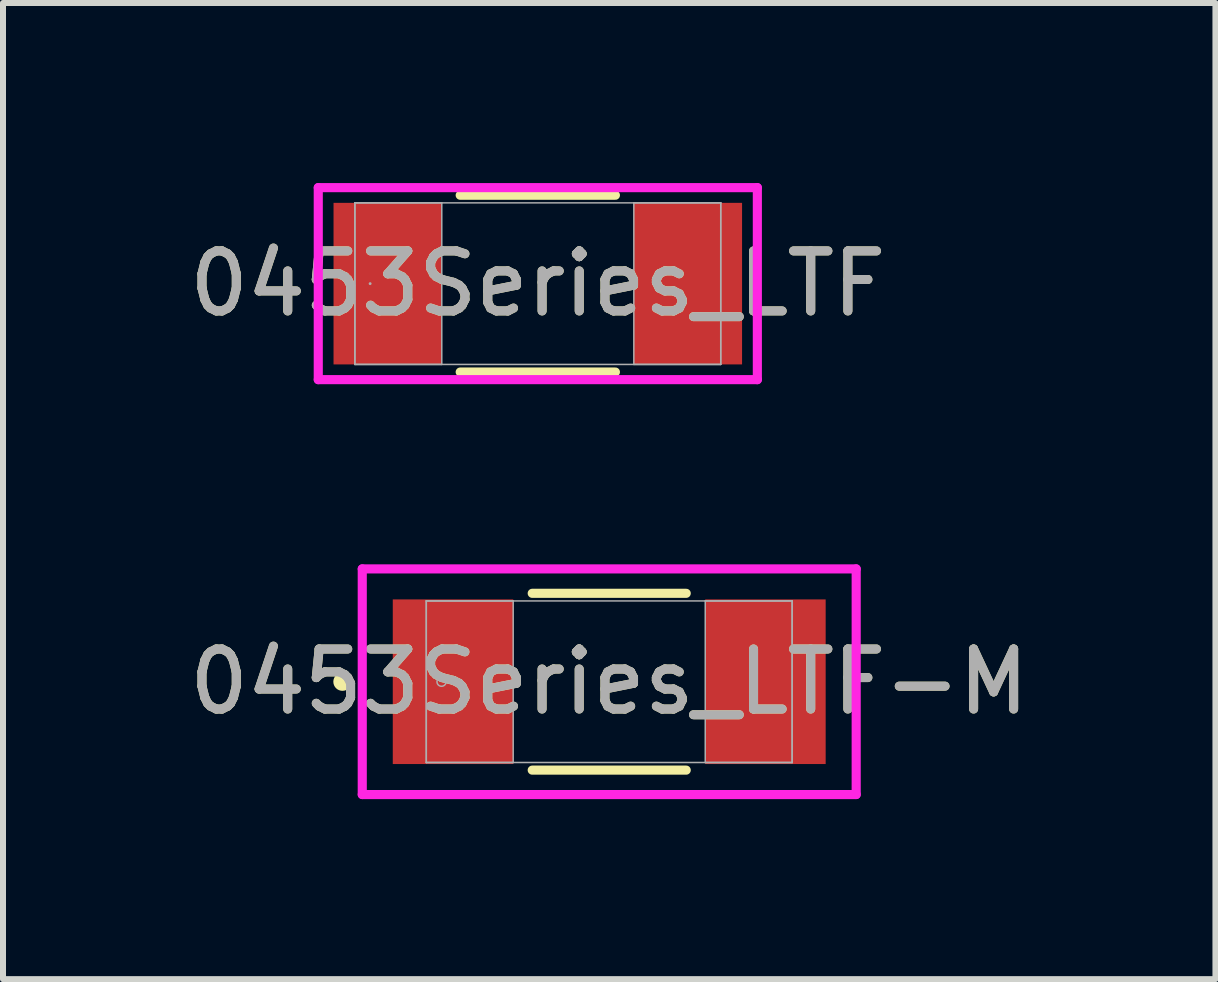
<source format=kicad_pcb>
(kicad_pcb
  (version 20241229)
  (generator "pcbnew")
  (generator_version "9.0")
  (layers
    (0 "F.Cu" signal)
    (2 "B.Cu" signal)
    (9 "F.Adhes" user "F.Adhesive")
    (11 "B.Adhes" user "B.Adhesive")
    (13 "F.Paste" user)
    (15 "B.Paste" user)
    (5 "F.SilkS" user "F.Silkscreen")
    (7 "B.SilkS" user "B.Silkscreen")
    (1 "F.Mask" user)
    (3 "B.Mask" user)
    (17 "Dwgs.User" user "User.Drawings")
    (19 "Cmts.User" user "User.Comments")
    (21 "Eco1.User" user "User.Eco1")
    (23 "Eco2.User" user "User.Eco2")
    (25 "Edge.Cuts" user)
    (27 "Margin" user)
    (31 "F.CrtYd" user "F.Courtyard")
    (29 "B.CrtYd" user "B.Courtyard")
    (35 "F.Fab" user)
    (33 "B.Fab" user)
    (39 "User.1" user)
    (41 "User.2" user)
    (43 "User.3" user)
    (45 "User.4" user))
  (footprint "0453Series_LTF"
    (layer "F.Cu")
    (at 5.911 1.676)
    (property "Reference" "0453Series_LTF" (at 0 0 0) (unlocked yes) (layer "F.SilkS") (effects (font (size 1 1) (thickness 0.15))))
    (attr smd)
    (fp_line (start -1.293 1.473) (end 1.293 1.473) (stroke (width 0.152) (type solid)) (layer "F.SilkS"))
    (fp_line (start 1.293 -1.473) (end -1.293 -1.473) (stroke (width 0.152) (type solid)) (layer "F.SilkS"))
    (fp_line (start -3.658 -1.6) (end 3.658 -1.6) (stroke (width 0.152) (type solid)) (layer "F.CrtYd"))
    (fp_line (start -3.658 1.6) (end -3.658 -1.6) (stroke (width 0.152) (type solid)) (layer "F.CrtYd"))
    (fp_line (start 3.658 -1.6) (end 3.658 1.6) (stroke (width 0.152) (type solid)) (layer "F.CrtYd"))
    (fp_line (start 3.658 1.6) (end -3.658 1.6) (stroke (width 0.152) (type solid)) (layer "F.CrtYd"))
    (fp_line (start -3.048 -1.346) (end -3.048 1.346) (stroke (width 0.025) (type solid)) (layer "F.Fab"))
    (fp_line (start -3.048 -1.346) (end -3.048 1.346) (stroke (width 0.025) (type solid)) (layer "F.Fab"))
    (fp_line (start -3.048 1.346) (end -1.6 1.346) (stroke (width 0.025) (type solid)) (layer "F.Fab"))
    (fp_line (start -3.048 1.346) (end 3.048 1.346) (stroke (width 0.025) (type solid)) (layer "F.Fab"))
    (fp_line (start -1.6 -1.346) (end -3.048 -1.346) (stroke (width 0.025) (type solid)) (layer "F.Fab"))
    (fp_line (start -1.6 1.346) (end -1.6 -1.346) (stroke (width 0.025) (type solid)) (layer "F.Fab"))
    (fp_line (start 1.6 -1.346) (end 1.6 1.346) (stroke (width 0.025) (type solid)) (layer "F.Fab"))
    (fp_line (start 1.6 1.346) (end 3.048 1.346) (stroke (width 0.025) (type solid)) (layer "F.Fab"))
    (fp_line (start 3.048 -1.346) (end -3.048 -1.346) (stroke (width 0.025) (type solid)) (layer "F.Fab"))
    (fp_line (start 3.048 -1.346) (end 1.6 -1.346) (stroke (width 0.025) (type solid)) (layer "F.Fab"))
    (fp_line (start 3.048 1.346) (end 3.048 -1.346) (stroke (width 0.025) (type solid)) (layer "F.Fab"))
    (fp_line (start 3.048 1.346) (end 3.048 -1.346) (stroke (width 0.025) (type solid)) (layer "F.Fab"))
    (fp_circle (center -2.794 0) (end -2.794 0) (stroke (width 0.025) (type solid)) (fill no) (layer "F.Fab"))
    (fp_text user "${REFERENCE}" (at 0 0 0) (unlocked yes) (layer "F.Fab") (effects (font (size 1 1) (thickness 0.15))))
    (pad "1" smd rect (at -2.502 0) (size 1.803 2.692) (layers "F.Cu" "F.Mask" "F.Paste"))
    (pad "2" smd rect (at 2.502 0) (size 1.803 2.692) (layers "F.Cu" "F.Mask" "F.Paste"))
    (zone (net_name "") (layer "F.Cu") (hatch full 0.508) (connect_pads) (min_thickness 0.254) (filled_areas_thickness no) (keepout (tracks not_allowed) (vias not_allowed) (pads allowed) (copperpour not_allowed) (footprints allowed)) (placement (enabled no)) (fill) (polygon (pts (xy 4.361 0.381) (xy 7.46 0.381) (xy 7.46 2.972) (xy 4.361 2.972)))))
  (footprint "0453Series_LTF-M"
    (layer "F.Cu")
    (at 7.101 8.309)
    (property "Reference" "0453Series_LTF-M" (at 0 0 0) (unlocked yes) (layer "F.SilkS") (effects (font (size 1 1) (thickness 0.15))))
    (attr smd)
    (fp_line (start -1.283 1.473) (end 1.283 1.473) (stroke (width 0.152) (type solid)) (layer "F.SilkS"))
    (fp_line (start 1.283 -1.473) (end -1.283 -1.473) (stroke (width 0.152) (type solid)) (layer "F.SilkS"))
    (fp_circle (center -4.445 0) (end -4.369 0) (stroke (width 0.152) (type solid)) (fill no) (layer "F.SilkS"))
    (fp_line (start -4.115 -1.88) (end 4.115 -1.88) (stroke (width 0.152) (type solid)) (layer "F.CrtYd"))
    (fp_line (start -4.115 1.88) (end -4.115 -1.88) (stroke (width 0.152) (type solid)) (layer "F.CrtYd"))
    (fp_line (start 4.115 -1.88) (end 4.115 1.88) (stroke (width 0.152) (type solid)) (layer "F.CrtYd"))
    (fp_line (start 4.115 1.88) (end -4.115 1.88) (stroke (width 0.152) (type solid)) (layer "F.CrtYd"))
    (fp_line (start -3.048 -1.346) (end -3.048 1.346) (stroke (width 0.025) (type solid)) (layer "F.Fab"))
    (fp_line (start -3.048 -1.346) (end -3.048 1.346) (stroke (width 0.025) (type solid)) (layer "F.Fab"))
    (fp_line (start -3.048 1.346) (end -1.6 1.346) (stroke (width 0.025) (type solid)) (layer "F.Fab"))
    (fp_line (start -3.048 1.346) (end 3.048 1.346) (stroke (width 0.025) (type solid)) (layer "F.Fab"))
    (fp_line (start -1.6 -1.346) (end -3.048 -1.346) (stroke (width 0.025) (type solid)) (layer "F.Fab"))
    (fp_line (start -1.6 1.346) (end -1.6 -1.346) (stroke (width 0.025) (type solid)) (layer "F.Fab"))
    (fp_line (start 1.6 -1.346) (end 1.6 1.346) (stroke (width 0.025) (type solid)) (layer "F.Fab"))
    (fp_line (start 1.6 1.346) (end 3.048 1.346) (stroke (width 0.025) (type solid)) (layer "F.Fab"))
    (fp_line (start 3.048 -1.346) (end -3.048 -1.346) (stroke (width 0.025) (type solid)) (layer "F.Fab"))
    (fp_line (start 3.048 -1.346) (end 1.6 -1.346) (stroke (width 0.025) (type solid)) (layer "F.Fab"))
    (fp_line (start 3.048 1.346) (end 3.048 -1.346) (stroke (width 0.025) (type solid)) (layer "F.Fab"))
    (fp_line (start 3.048 1.346) (end 3.048 -1.346) (stroke (width 0.025) (type solid)) (layer "F.Fab"))
    (fp_circle (center -2.794 0) (end -2.718 0) (stroke (width 0.025) (type solid)) (fill no) (layer "F.Fab"))
    (fp_text user "${REFERENCE}" (at 0 0 0) (unlocked yes) (layer "F.Fab") (effects (font (size 1 1) (thickness 0.15))))
    (pad "1" smd rect (at -2.603 0) (size 2.007 2.743) (layers "F.Cu" "F.Mask" "F.Paste"))
    (pad "2" smd rect (at 2.603 0) (size 2.007 2.743) (layers "F.Cu" "F.Mask" "F.Paste"))
    (zone (net_name "") (layer "F.Cu") (hatch full 0.508) (connect_pads) (min_thickness 0.254) (filled_areas_thickness no) (keepout (tracks not_allowed) (vias not_allowed) (pads allowed) (copperpour not_allowed) (footprints allowed)) (placement (enabled no)) (fill) (polygon (pts (xy 5.552 7.013) (xy 8.651 7.013) (xy 8.651 9.604) (xy 5.552 9.604)))))
  (gr_rect
    (start -3 -3)
    (end 17.202 13.264)
    (stroke (width 0.1) (type default))
    (fill no)
    (layer "Edge.Cuts")))
</source>
